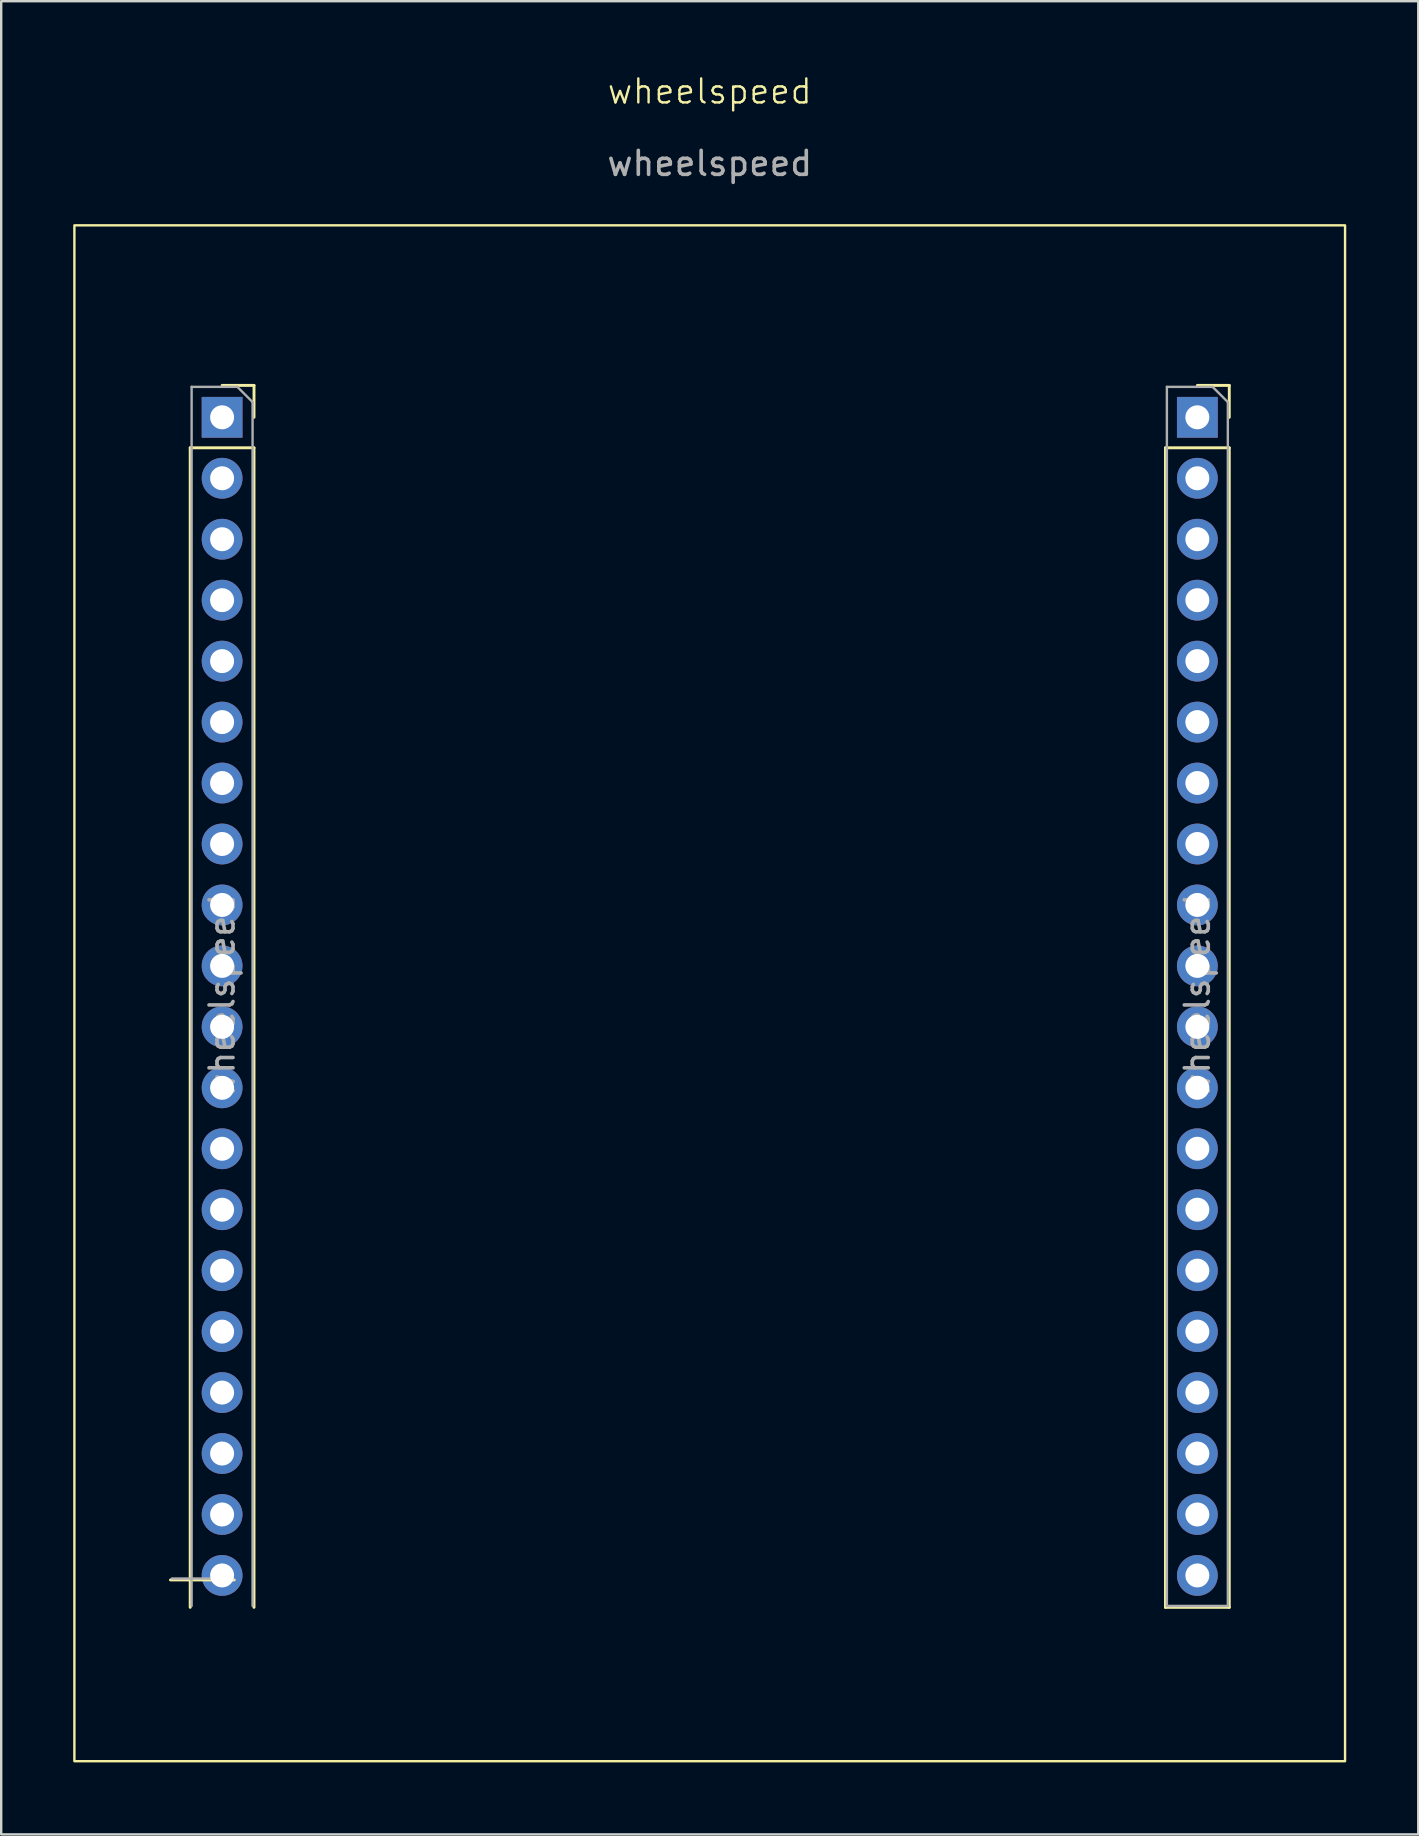
<source format=kicad_pcb>
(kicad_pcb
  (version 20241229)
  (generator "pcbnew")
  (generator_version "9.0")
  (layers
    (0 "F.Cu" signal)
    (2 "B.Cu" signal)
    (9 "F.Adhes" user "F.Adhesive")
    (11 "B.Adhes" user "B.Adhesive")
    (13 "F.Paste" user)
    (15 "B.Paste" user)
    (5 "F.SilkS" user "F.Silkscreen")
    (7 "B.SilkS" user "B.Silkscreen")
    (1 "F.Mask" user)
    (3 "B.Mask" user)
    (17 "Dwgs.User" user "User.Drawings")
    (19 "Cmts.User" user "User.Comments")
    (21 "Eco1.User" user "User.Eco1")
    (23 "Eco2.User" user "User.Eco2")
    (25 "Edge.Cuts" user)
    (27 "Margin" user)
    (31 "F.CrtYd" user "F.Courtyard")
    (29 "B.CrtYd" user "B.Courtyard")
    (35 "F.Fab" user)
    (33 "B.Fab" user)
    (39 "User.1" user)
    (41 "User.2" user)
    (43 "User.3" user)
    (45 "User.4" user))
  (footprint "wheelspeed"
    (layer "F.Cu")
    (at 26.525 1.26)
    (property "Reference" "wheelspeed" (at 0 -0.5 0) (unlocked yes) (layer "F.SilkS") (effects (font (size 1 1) (thickness 0.1))))
    (attr smd)
    (fp_line (start -22.472 61.528) (end -19.812 61.528) (stroke (width 0.12) (type solid)) (layer "F.SilkS"))
    (fp_line (start -21.65 14.35) (end -21.65 62.67) (stroke (width 0.12) (type solid)) (layer "F.SilkS"))
    (fp_line (start -21.65 14.35) (end -18.99 14.35) (stroke (width 0.12) (type solid)) (layer "F.SilkS"))
    (fp_line (start -20.32 11.75) (end -18.99 11.75) (stroke (width 0.12) (type solid)) (layer "F.SilkS"))
    (fp_line (start -18.99 11.75) (end -18.99 13.08) (stroke (width 0.12) (type solid)) (layer "F.SilkS"))
    (fp_line (start -18.99 14.35) (end -18.99 62.67) (stroke (width 0.12) (type solid)) (layer "F.SilkS"))
    (fp_line (start 18.99 14.35) (end 18.99 62.67) (stroke (width 0.12) (type solid)) (layer "F.SilkS"))
    (fp_line (start 18.99 14.35) (end 21.65 14.35) (stroke (width 0.12) (type solid)) (layer "F.SilkS"))
    (fp_line (start 18.99 62.67) (end 21.65 62.67) (stroke (width 0.12) (type solid)) (layer "F.SilkS"))
    (fp_line (start 20.32 11.75) (end 21.65 11.75) (stroke (width 0.12) (type solid)) (layer "F.SilkS"))
    (fp_line (start 21.65 11.75) (end 21.65 13.08) (stroke (width 0.12) (type solid)) (layer "F.SilkS"))
    (fp_line (start 21.65 14.35) (end 21.65 62.67) (stroke (width 0.12) (type solid)) (layer "F.SilkS"))
    (fp_rect (start -26.475 5.08) (end 26.475 69.08) (stroke (width 0.1) (type solid)) (fill no) (layer "F.SilkS"))
    (fp_line (start -21.59 11.81) (end -19.685 11.81) (stroke (width 0.1) (type solid)) (layer "F.Fab"))
    (fp_line (start -21.59 62.61) (end -21.59 11.81) (stroke (width 0.1) (type solid)) (layer "F.Fab"))
    (fp_line (start -19.872 61.468) (end -22.412 61.468) (stroke (width 0.1) (type solid)) (layer "F.Fab"))
    (fp_line (start -19.685 11.81) (end -19.05 12.445) (stroke (width 0.1) (type solid)) (layer "F.Fab"))
    (fp_line (start -19.05 12.445) (end -19.05 62.61) (stroke (width 0.1) (type solid)) (layer "F.Fab"))
    (fp_line (start 19.05 11.81) (end 20.955 11.81) (stroke (width 0.1) (type solid)) (layer "F.Fab"))
    (fp_line (start 19.05 62.61) (end 19.05 11.81) (stroke (width 0.1) (type solid)) (layer "F.Fab"))
    (fp_line (start 20.955 11.81) (end 21.59 12.445) (stroke (width 0.1) (type solid)) (layer "F.Fab"))
    (fp_line (start 21.59 12.445) (end 21.59 62.61) (stroke (width 0.1) (type solid)) (layer "F.Fab"))
    (fp_line (start 21.59 62.61) (end 19.05 62.61) (stroke (width 0.1) (type solid)) (layer "F.Fab"))
    (fp_text user "${REFERENCE}" (at 0 2.5 0) (unlocked yes) (layer "F.Fab") (effects (font (size 1 1) (thickness 0.15))))
    (fp_text user "${REFERENCE}" (at 20.32 37.21 90) (layer "F.Fab") (effects (font (size 1 1) (thickness 0.15))))
    (fp_text user "${REFERENCE}" (at -20.32 37.21 90) (layer "F.Fab") (effects (font (size 1 1) (thickness 0.15))))
    (pad "1" thru_hole rect (at -20.32 13.08) (size 1.7 1.7) (drill 1) (layers "*.Cu" "*.Mask"))
    (pad "2" thru_hole circle (at -20.32 15.62) (size 1.7 1.7) (drill 1) (layers "*.Cu" "*.Mask"))
    (pad "3" thru_hole circle (at -20.32 18.16) (size 1.7 1.7) (drill 1) (layers "*.Cu" "*.Mask"))
    (pad "4" thru_hole circle (at -20.32 20.7) (size 1.7 1.7) (drill 1) (layers "*.Cu" "*.Mask"))
    (pad "5" thru_hole circle (at -20.32 23.24) (size 1.7 1.7) (drill 1) (layers "*.Cu" "*.Mask"))
    (pad "6" thru_hole circle (at -20.32 25.78) (size 1.7 1.7) (drill 1) (layers "*.Cu" "*.Mask"))
    (pad "7" thru_hole circle (at -20.32 28.32) (size 1.7 1.7) (drill 1) (layers "*.Cu" "*.Mask"))
    (pad "8" thru_hole circle (at -20.32 30.86) (size 1.7 1.7) (drill 1) (layers "*.Cu" "*.Mask"))
    (pad "9" thru_hole circle (at -20.32 33.4) (size 1.7 1.7) (drill 1) (layers "*.Cu" "*.Mask"))
    (pad "10" thru_hole circle (at -20.32 35.94) (size 1.7 1.7) (drill 1) (layers "*.Cu" "*.Mask"))
    (pad "11" thru_hole circle (at -20.32 38.48) (size 1.7 1.7) (drill 1) (layers "*.Cu" "*.Mask"))
    (pad "12" thru_hole circle (at -20.32 41.02) (size 1.7 1.7) (drill 1) (layers "*.Cu" "*.Mask"))
    (pad "13" thru_hole circle (at -20.32 43.56) (size 1.7 1.7) (drill 1) (layers "*.Cu" "*.Mask"))
    (pad "14" thru_hole circle (at -20.32 46.1) (size 1.7 1.7) (drill 1) (layers "*.Cu" "*.Mask"))
    (pad "15" thru_hole circle (at -20.32 48.64) (size 1.7 1.7) (drill 1) (layers "*.Cu" "*.Mask"))
    (pad "16" thru_hole circle (at -20.32 51.18) (size 1.7 1.7) (drill 1) (layers "*.Cu" "*.Mask"))
    (pad "17" thru_hole circle (at -20.32 53.72) (size 1.7 1.7) (drill 1) (layers "*.Cu" "*.Mask"))
    (pad "18" thru_hole circle (at -20.32 56.26) (size 1.7 1.7) (drill 1) (layers "*.Cu" "*.Mask"))
    (pad "19" thru_hole circle (at -20.32 58.8) (size 1.7 1.7) (drill 1) (layers "*.Cu" "*.Mask"))
    (pad "20" thru_hole circle (at -20.32 61.34) (size 1.7 1.7) (drill 1) (layers "*.Cu" "*.Mask"))
    (pad "21" thru_hole rect (at 20.32 13.08) (size 1.7 1.7) (drill 1) (layers "*.Cu" "*.Mask"))
    (pad "22" thru_hole circle (at 20.32 15.62) (size 1.7 1.7) (drill 1) (layers "*.Cu" "*.Mask"))
    (pad "23" thru_hole circle (at 20.32 18.16) (size 1.7 1.7) (drill 1) (layers "*.Cu" "*.Mask"))
    (pad "24" thru_hole circle (at 20.32 20.7) (size 1.7 1.7) (drill 1) (layers "*.Cu" "*.Mask"))
    (pad "25" thru_hole circle (at 20.32 23.24) (size 1.7 1.7) (drill 1) (layers "*.Cu" "*.Mask"))
    (pad "26" thru_hole circle (at 20.32 25.78) (size 1.7 1.7) (drill 1) (layers "*.Cu" "*.Mask"))
    (pad "27" thru_hole circle (at 20.32 28.32) (size 1.7 1.7) (drill 1) (layers "*.Cu" "*.Mask"))
    (pad "28" thru_hole circle (at 20.32 30.86) (size 1.7 1.7) (drill 1) (layers "*.Cu" "*.Mask"))
    (pad "29" thru_hole circle (at 20.32 33.4) (size 1.7 1.7) (drill 1) (layers "*.Cu" "*.Mask"))
    (pad "30" thru_hole circle (at 20.32 35.94) (size 1.7 1.7) (drill 1) (layers "*.Cu" "*.Mask"))
    (pad "31" thru_hole circle (at 20.32 38.48) (size 1.7 1.7) (drill 1) (layers "*.Cu" "*.Mask"))
    (pad "32" thru_hole circle (at 20.32 41.02) (size 1.7 1.7) (drill 1) (layers "*.Cu" "*.Mask"))
    (pad "33" thru_hole circle (at 20.32 43.56) (size 1.7 1.7) (drill 1) (layers "*.Cu" "*.Mask"))
    (pad "34" thru_hole circle (at 20.32 46.1) (size 1.7 1.7) (drill 1) (layers "*.Cu" "*.Mask"))
    (pad "35" thru_hole circle (at 20.32 48.64) (size 1.7 1.7) (drill 1) (layers "*.Cu" "*.Mask"))
    (pad "36" thru_hole circle (at 20.32 51.18) (size 1.7 1.7) (drill 1) (layers "*.Cu" "*.Mask"))
    (pad "37" thru_hole circle (at 20.32 53.72) (size 1.7 1.7) (drill 1) (layers "*.Cu" "*.Mask"))
    (pad "38" thru_hole circle (at 20.32 56.26) (size 1.7 1.7) (drill 1) (layers "*.Cu" "*.Mask"))
    (pad "39" thru_hole circle (at 20.32 58.8) (size 1.7 1.7) (drill 1) (layers "*.Cu" "*.Mask"))
    (pad "40" thru_hole circle (at 20.32 61.34) (size 1.7 1.7) (drill 1) (layers "*.Cu" "*.Mask")))
  (gr_rect
    (start -3 -3)
    (end 56.05 73.391)
    (stroke (width 0.1) (type default))
    (fill no)
    (layer "Edge.Cuts")))
</source>
